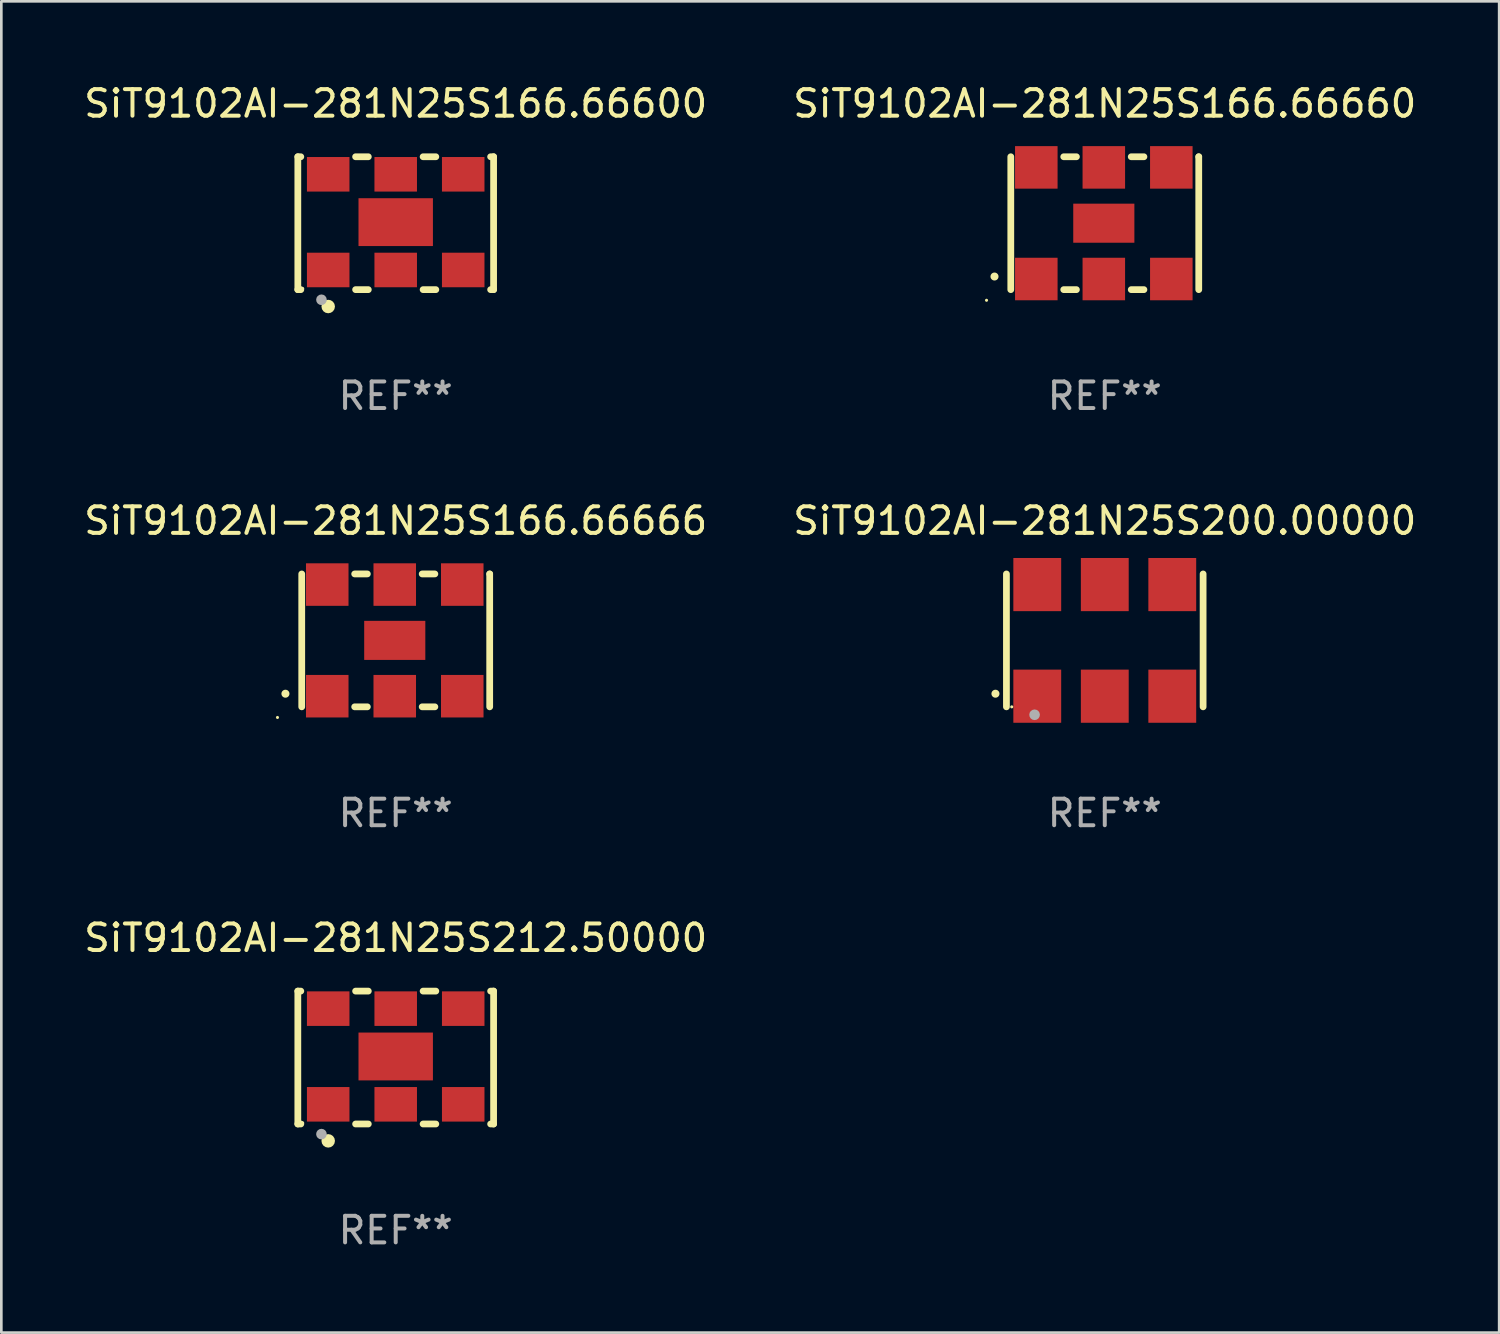
<source format=kicad_pcb>
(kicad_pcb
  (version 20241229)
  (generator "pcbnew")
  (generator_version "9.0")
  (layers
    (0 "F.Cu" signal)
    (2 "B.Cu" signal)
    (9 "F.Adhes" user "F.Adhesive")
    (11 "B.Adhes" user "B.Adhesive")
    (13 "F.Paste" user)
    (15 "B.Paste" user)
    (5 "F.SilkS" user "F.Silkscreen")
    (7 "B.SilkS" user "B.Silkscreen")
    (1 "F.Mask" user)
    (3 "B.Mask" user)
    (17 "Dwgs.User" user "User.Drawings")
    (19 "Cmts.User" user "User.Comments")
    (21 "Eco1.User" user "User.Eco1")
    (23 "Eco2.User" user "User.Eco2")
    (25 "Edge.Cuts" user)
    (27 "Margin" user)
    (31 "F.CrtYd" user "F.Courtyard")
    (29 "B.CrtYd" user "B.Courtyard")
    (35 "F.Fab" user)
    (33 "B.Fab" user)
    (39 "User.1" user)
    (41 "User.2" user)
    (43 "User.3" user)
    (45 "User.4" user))
  (footprint "SiT9102AI-281N25S200.00000"
    (layer "F.Cu")
    (at 38.518 21.045)
    (property "Reference" "SiT9102AI-281N25S200.00000" (at 0 -4.5 0) (layer "F.SilkS") (effects (font (size 1 1) (thickness 0.15))))
    (attr through_hole)
    (fp_line (start -3.7 -2.5) (end -3.7 2.5) (stroke (width 0.254) (type solid)) (layer "F.SilkS"))
    (fp_line (start 3.7 -2.5) (end 3.7 2.5) (stroke (width 0.254) (type solid)) (layer "F.SilkS"))
    (fp_arc (start -4.114415 2.006604) (mid -4.113145 2.006599) (end -4.111875 2.006604) (stroke (width 0.3) (type solid)) (layer "F.SilkS"))
    (fp_circle (center -3.5 2.501) (end -3.47 2.501) (stroke (width 0.06) (type solid)) (fill no) (layer "F.SilkS"))
    (fp_circle (center -2.641 2.799) (end -2.541 2.799) (stroke (width 0.2) (type solid)) (fill no) (layer "F.Fab"))
    (fp_text user "REF**" (at 0 6.5 0) (layer "F.Fab") (effects (font (size 1 1) (thickness 0.15))))
    (pad "1" smd rect (at -2.54 2.1) (size 1.8 2) (layers "F.Cu" "F.Mask" "F.Paste"))
    (pad "2" smd rect (at 0.000394 2.1) (size 1.8 2) (layers "F.Cu" "F.Mask" "F.Paste"))
    (pad "3" smd rect (at 2.54 2.1) (size 1.8 2) (layers "F.Cu" "F.Mask" "F.Paste"))
    (pad "4" smd rect (at 2.54 -2.1) (size 1.8 2) (layers "F.Cu" "F.Mask" "F.Paste"))
    (pad "5" smd rect (at 0.000394 -2.1) (size 1.8 2) (layers "F.Cu" "F.Mask" "F.Paste"))
    (pad "6" smd rect (at -2.54 -2.1) (size 1.8 2) (layers "F.Cu" "F.Mask" "F.Paste")))
  (footprint "SiT9102AI-281N25S166.66660"
    (layer "F.Cu")
    (at 38.518 5.348)
    (property "Reference" "SiT9102AI-281N25S166.66660" (at 0 -4.5 0) (layer "F.SilkS") (effects (font (size 1 1) (thickness 0.15))))
    (attr through_hole)
    (fp_line (start -3.536 -2.5) (end -3.536 2.5) (stroke (width 0.254) (type solid)) (layer "F.SilkS"))
    (fp_line (start -1.544 2.5) (end -1.067 2.5) (stroke (width 0.254) (type solid)) (layer "F.SilkS"))
    (fp_line (start -1.067 -2.5) (end -1.544 -2.5) (stroke (width 0.254) (type solid)) (layer "F.SilkS"))
    (fp_line (start 0.996 2.5) (end 1.473 2.5) (stroke (width 0.254) (type solid)) (layer "F.SilkS"))
    (fp_line (start 1.473 -2.5) (end 0.996 -2.5) (stroke (width 0.254) (type solid)) (layer "F.SilkS"))
    (fp_line (start 3.536 -2.5) (end 3.536 -2.5) (stroke (width 0.254) (type solid)) (layer "F.SilkS"))
    (fp_line (start 3.536 2.5) (end 3.536 -2.5) (stroke (width 0.254) (type solid)) (layer "F.SilkS"))
    (fp_arc (start -4.150432 2.006604) (mid -4.149162 2.006599) (end -4.147892 2.006604) (stroke (width 0.3) (type solid)) (layer "F.SilkS"))
    (fp_circle (center -4.449 2.9) (end -4.419 2.9) (stroke (width 0.06) (type solid)) (fill no) (layer "F.SilkS"))
    (fp_text user "REF**" (at 0 6.5 0) (layer "F.Fab") (effects (font (size 1 1) (thickness 0.15))))
    (pad "1" smd rect (at -2.576 2.1) (size 1.6 1.6) (layers "F.Cu" "F.Mask" "F.Paste"))
    (pad "2" smd rect (at -0.036 2.1) (size 1.6 1.6) (layers "F.Cu" "F.Mask" "F.Paste"))
    (pad "3" smd rect (at 2.504 2.1) (size 1.6 1.6) (layers "F.Cu" "F.Mask" "F.Paste"))
    (pad "4" smd rect (at 2.504 -2.1) (size 1.6 1.6) (layers "F.Cu" "F.Mask" "F.Paste"))
    (pad "5" smd rect (at -0.036 -2.1) (size 1.6 1.6) (layers "F.Cu" "F.Mask" "F.Paste"))
    (pad "6" smd rect (at -2.576 -2.1) (size 1.6 1.6) (layers "F.Cu" "F.Mask" "F.Paste"))
    (pad "7" smd rect (at -0.036 0) (size 2.3 1.47) (layers "F.Cu" "F.Mask" "F.Paste")))
  (footprint "SiT9102AI-281N25S166.66666"
    (layer "F.Cu")
    (at 11.839 21.045)
    (property "Reference" "SiT9102AI-281N25S166.66666" (at 0 -4.5 0) (layer "F.SilkS") (effects (font (size 1 1) (thickness 0.15))))
    (attr through_hole)
    (fp_line (start -3.536 -2.5) (end -3.536 2.5) (stroke (width 0.254) (type solid)) (layer "F.SilkS"))
    (fp_line (start -1.544 2.5) (end -1.067 2.5) (stroke (width 0.254) (type solid)) (layer "F.SilkS"))
    (fp_line (start -1.067 -2.5) (end -1.544 -2.5) (stroke (width 0.254) (type solid)) (layer "F.SilkS"))
    (fp_line (start 0.996 2.5) (end 1.473 2.5) (stroke (width 0.254) (type solid)) (layer "F.SilkS"))
    (fp_line (start 1.473 -2.5) (end 0.996 -2.5) (stroke (width 0.254) (type solid)) (layer "F.SilkS"))
    (fp_line (start 3.536 -2.5) (end 3.536 -2.5) (stroke (width 0.254) (type solid)) (layer "F.SilkS"))
    (fp_line (start 3.536 2.5) (end 3.536 -2.5) (stroke (width 0.254) (type solid)) (layer "F.SilkS"))
    (fp_arc (start -4.150432 2.006604) (mid -4.149162 2.006599) (end -4.147892 2.006604) (stroke (width 0.3) (type solid)) (layer "F.SilkS"))
    (fp_circle (center -4.449 2.9) (end -4.419 2.9) (stroke (width 0.06) (type solid)) (fill no) (layer "F.SilkS"))
    (fp_text user "REF**" (at 0 6.5 0) (layer "F.Fab") (effects (font (size 1 1) (thickness 0.15))))
    (pad "1" smd rect (at -2.576 2.1) (size 1.6 1.6) (layers "F.Cu" "F.Mask" "F.Paste"))
    (pad "2" smd rect (at -0.036 2.1) (size 1.6 1.6) (layers "F.Cu" "F.Mask" "F.Paste"))
    (pad "3" smd rect (at 2.504 2.1) (size 1.6 1.6) (layers "F.Cu" "F.Mask" "F.Paste"))
    (pad "4" smd rect (at 2.504 -2.1) (size 1.6 1.6) (layers "F.Cu" "F.Mask" "F.Paste"))
    (pad "5" smd rect (at -0.036 -2.1) (size 1.6 1.6) (layers "F.Cu" "F.Mask" "F.Paste"))
    (pad "6" smd rect (at -2.576 -2.1) (size 1.6 1.6) (layers "F.Cu" "F.Mask" "F.Paste"))
    (pad "7" smd rect (at -0.036 0) (size 2.3 1.47) (layers "F.Cu" "F.Mask" "F.Paste")))
  (footprint "SiT9102AI-281N25S166.66600"
    (layer "F.Cu")
    (at 11.839 5.348)
    (property "Reference" "SiT9102AI-281N25S166.66600" (at 0 -4.5 0) (layer "F.SilkS") (effects (font (size 1 1) (thickness 0.15))))
    (attr through_hole)
    (fp_line (start -3.683 -2.5) (end -3.571 -2.5) (stroke (width 0.254) (type solid)) (layer "F.SilkS"))
    (fp_line (start -3.683 2.5) (end -3.683 -2.5) (stroke (width 0.254) (type solid)) (layer "F.SilkS"))
    (fp_line (start -3.683 2.5) (end -3.571 2.5) (stroke (width 0.254) (type solid)) (layer "F.SilkS"))
    (fp_line (start -1.509 -2.5) (end -1.031 -2.5) (stroke (width 0.254) (type solid)) (layer "F.SilkS"))
    (fp_line (start -1.509 2.5) (end -1.031 2.5) (stroke (width 0.254) (type solid)) (layer "F.SilkS"))
    (fp_line (start 1.031 -2.5) (end 1.509 -2.5) (stroke (width 0.254) (type solid)) (layer "F.SilkS"))
    (fp_line (start 1.031 2.5) (end 1.509 2.5) (stroke (width 0.254) (type solid)) (layer "F.SilkS"))
    (fp_line (start 3.571 -2.5) (end 3.683 -2.5) (stroke (width 0.254) (type solid)) (layer "F.SilkS"))
    (fp_line (start 3.571 2.5) (end 3.683 2.5) (stroke (width 0.254) (type solid)) (layer "F.SilkS"))
    (fp_line (start 3.683 2.5) (end 3.683 -2.5) (stroke (width 0.254) (type solid)) (layer "F.SilkS"))
    (fp_circle (center -3.5 2.46) (end -3.47 2.46) (stroke (width 0.06) (type solid)) (fill no) (layer "F.SilkS"))
    (fp_circle (center -2.54 3.135) (end -2.413 3.135) (stroke (width 0.254) (type solid)) (fill no) (layer "F.SilkS"))
    (fp_circle (center -2.794 2.881) (end -2.694 2.881) (stroke (width 0.2) (type solid)) (fill no) (layer "F.Fab"))
    (fp_text user "REF**" (at 0 6.5 0) (layer "F.Fab") (effects (font (size 1 1) (thickness 0.15))))
    (pad "1" smd rect (at -2.54 1.76) (size 1.6 1.3) (layers "F.Cu" "F.Mask" "F.Paste"))
    (pad "2" smd rect (at 0 1.76) (size 1.6 1.3) (layers "F.Cu" "F.Mask" "F.Paste"))
    (pad "3" smd rect (at 2.54 1.76) (size 1.6 1.3) (layers "F.Cu" "F.Mask" "F.Paste"))
    (pad "4" smd rect (at 2.54 -1.84) (size 1.6 1.3) (layers "F.Cu" "F.Mask" "F.Paste"))
    (pad "5" smd rect (at 0 -1.84) (size 1.6 1.3) (layers "F.Cu" "F.Mask" "F.Paste"))
    (pad "6" smd rect (at -2.54 -1.84) (size 1.6 1.3) (layers "F.Cu" "F.Mask" "F.Paste"))
    (pad "7" smd rect (at 0 -0.04) (size 2.8 1.8) (layers "F.Cu" "F.Mask" "F.Paste")))
  (footprint "SiT9102AI-281N25S212.50000"
    (layer "F.Cu")
    (at 11.839 36.741)
    (property "Reference" "SiT9102AI-281N25S212.50000" (at 0 -4.5 0) (layer "F.SilkS") (effects (font (size 1 1) (thickness 0.15))))
    (attr through_hole)
    (fp_line (start -3.683 -2.5) (end -3.571 -2.5) (stroke (width 0.254) (type solid)) (layer "F.SilkS"))
    (fp_line (start -3.683 2.5) (end -3.683 -2.5) (stroke (width 0.254) (type solid)) (layer "F.SilkS"))
    (fp_line (start -3.683 2.5) (end -3.571 2.5) (stroke (width 0.254) (type solid)) (layer "F.SilkS"))
    (fp_line (start -1.509 -2.5) (end -1.031 -2.5) (stroke (width 0.254) (type solid)) (layer "F.SilkS"))
    (fp_line (start -1.509 2.5) (end -1.031 2.5) (stroke (width 0.254) (type solid)) (layer "F.SilkS"))
    (fp_line (start 1.031 -2.5) (end 1.509 -2.5) (stroke (width 0.254) (type solid)) (layer "F.SilkS"))
    (fp_line (start 1.031 2.5) (end 1.509 2.5) (stroke (width 0.254) (type solid)) (layer "F.SilkS"))
    (fp_line (start 3.571 -2.5) (end 3.683 -2.5) (stroke (width 0.254) (type solid)) (layer "F.SilkS"))
    (fp_line (start 3.571 2.5) (end 3.683 2.5) (stroke (width 0.254) (type solid)) (layer "F.SilkS"))
    (fp_line (start 3.683 2.5) (end 3.683 -2.5) (stroke (width 0.254) (type solid)) (layer "F.SilkS"))
    (fp_circle (center -3.5 2.46) (end -3.47 2.46) (stroke (width 0.06) (type solid)) (fill no) (layer "F.SilkS"))
    (fp_circle (center -2.54 3.135) (end -2.413 3.135) (stroke (width 0.254) (type solid)) (fill no) (layer "F.SilkS"))
    (fp_circle (center -2.794 2.881) (end -2.694 2.881) (stroke (width 0.2) (type solid)) (fill no) (layer "F.Fab"))
    (fp_text user "REF**" (at 0 6.5 0) (layer "F.Fab") (effects (font (size 1 1) (thickness 0.15))))
    (pad "1" smd rect (at -2.54 1.76) (size 1.6 1.3) (layers "F.Cu" "F.Mask" "F.Paste"))
    (pad "2" smd rect (at 0 1.76) (size 1.6 1.3) (layers "F.Cu" "F.Mask" "F.Paste"))
    (pad "3" smd rect (at 2.54 1.76) (size 1.6 1.3) (layers "F.Cu" "F.Mask" "F.Paste"))
    (pad "4" smd rect (at 2.54 -1.84) (size 1.6 1.3) (layers "F.Cu" "F.Mask" "F.Paste"))
    (pad "5" smd rect (at 0 -1.84) (size 1.6 1.3) (layers "F.Cu" "F.Mask" "F.Paste"))
    (pad "6" smd rect (at -2.54 -1.84) (size 1.6 1.3) (layers "F.Cu" "F.Mask" "F.Paste"))
    (pad "7" smd rect (at 0 -0.04) (size 2.8 1.8) (layers "F.Cu" "F.Mask" "F.Paste")))
  (gr_rect
    (start -3 -3)
    (end 53.357 47.09)
    (stroke (width 0.1) (type default))
    (fill no)
    (layer "Edge.Cuts")))
</source>
